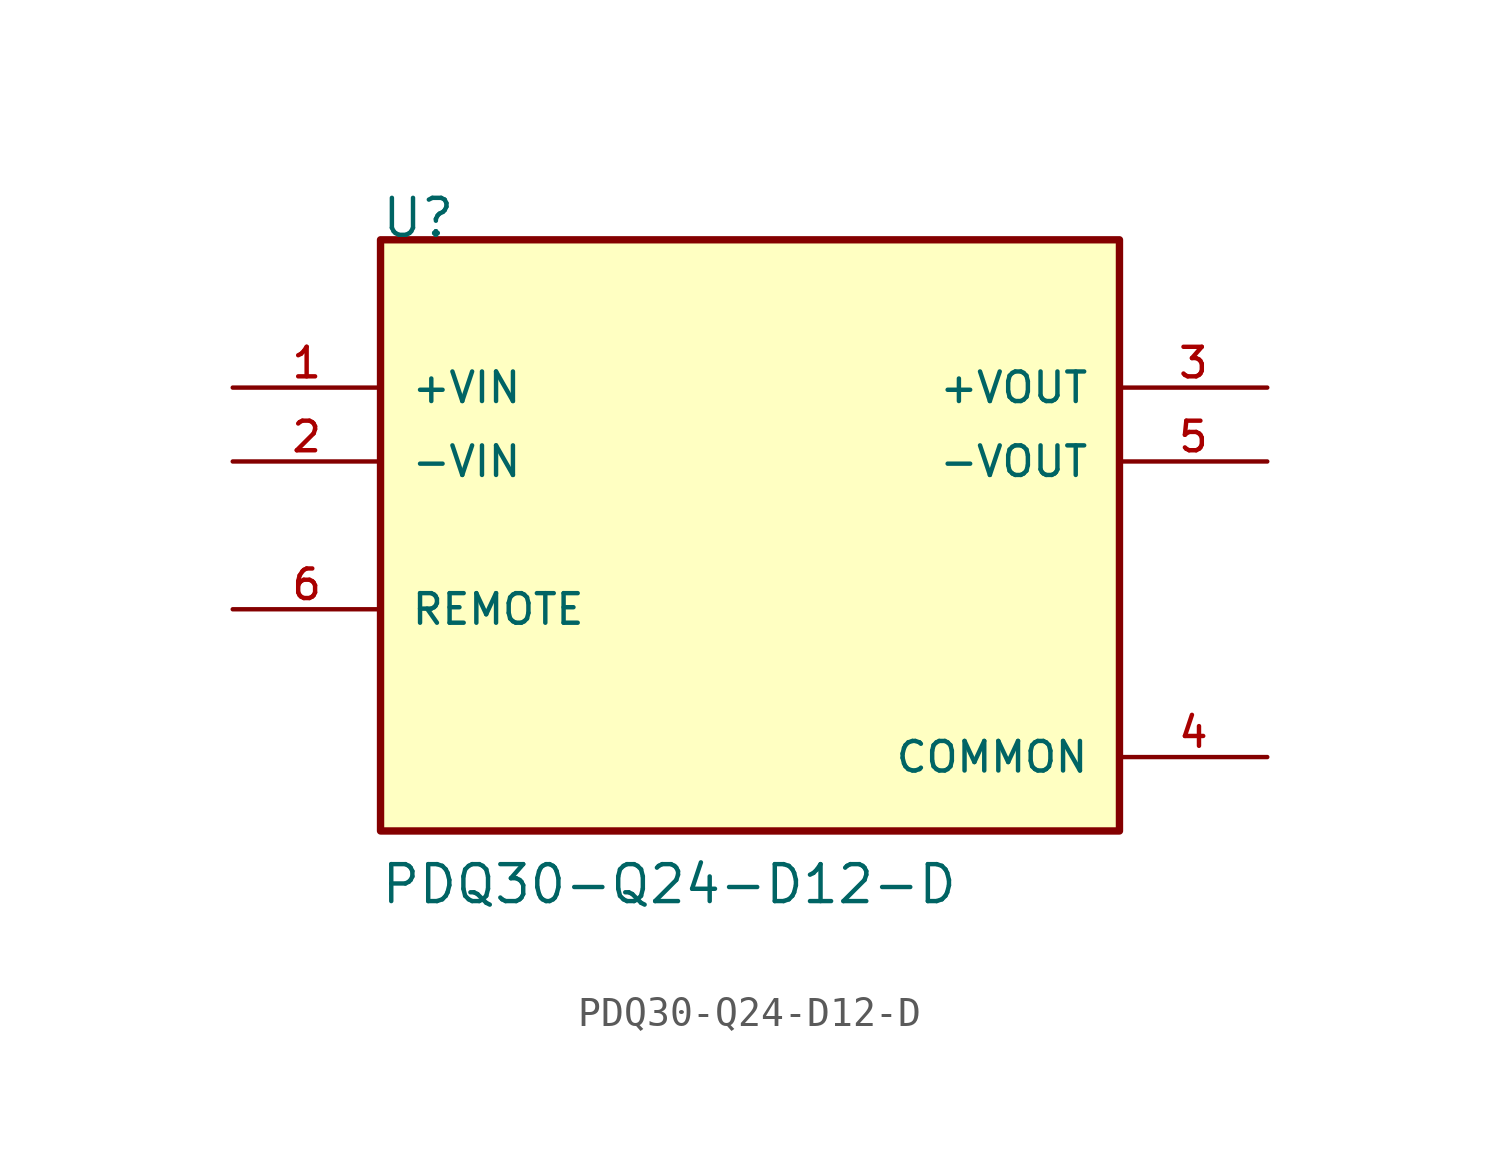
<source format=kicad_sym>
(kicad_symbol_lib
  (version 20211014)
  (generator kicad_symbol_editor)
  (symbol "PDQ30-Q24-D12-D"
    (pin_names
      (offset 1.016))
    (property "Reference" "U"
      (at -12.712 10.169 0)
      (effects (font (size 1.27 1.27)) (justify bottom left)))
    (property "Value" "PDQ30-Q24-D12-D"
      (at -12.734 -12.734 0)
      (effects (font (size 1.27 1.27)) (justify bottom left)))
    (symbol "PDQ30-Q24-D12-D_0_0"
      (rectangle (start -12.7 -10.16) (end 12.7 10.16) (stroke (width 0.254)) (fill (type background)))
      (pin input line (at -17.78 5.08 0) (length 5.08) (name "+VIN" (effects (font (size 1.016 1.016)))) (number "1" (effects (font (size 1.016 1.016)))))
      (pin input line (at -17.78 2.54 0) (length 5.08) (name "-VIN" (effects (font (size 1.016 1.016)))) (number "2" (effects (font (size 1.016 1.016)))))
      (pin output line (at 17.78 5.08 180.0) (length 5.08) (name "+VOUT" (effects (font (size 1.016 1.016)))) (number "3" (effects (font (size 1.016 1.016)))))
      (pin power_in line (at 17.78 -7.62 180.0) (length 5.08) (name "COMMON" (effects (font (size 1.016 1.016)))) (number "4" (effects (font (size 1.016 1.016)))))
      (pin output line (at 17.78 2.54 180.0) (length 5.08) (name "-VOUT" (effects (font (size 1.016 1.016)))) (number "5" (effects (font (size 1.016 1.016)))))
      (pin input line (at -17.78 -2.54 0) (length 5.08) (name "REMOTE" (effects (font (size 1.016 1.016)))) (number "6" (effects (font (size 1.016 1.016))))))))
</source>
